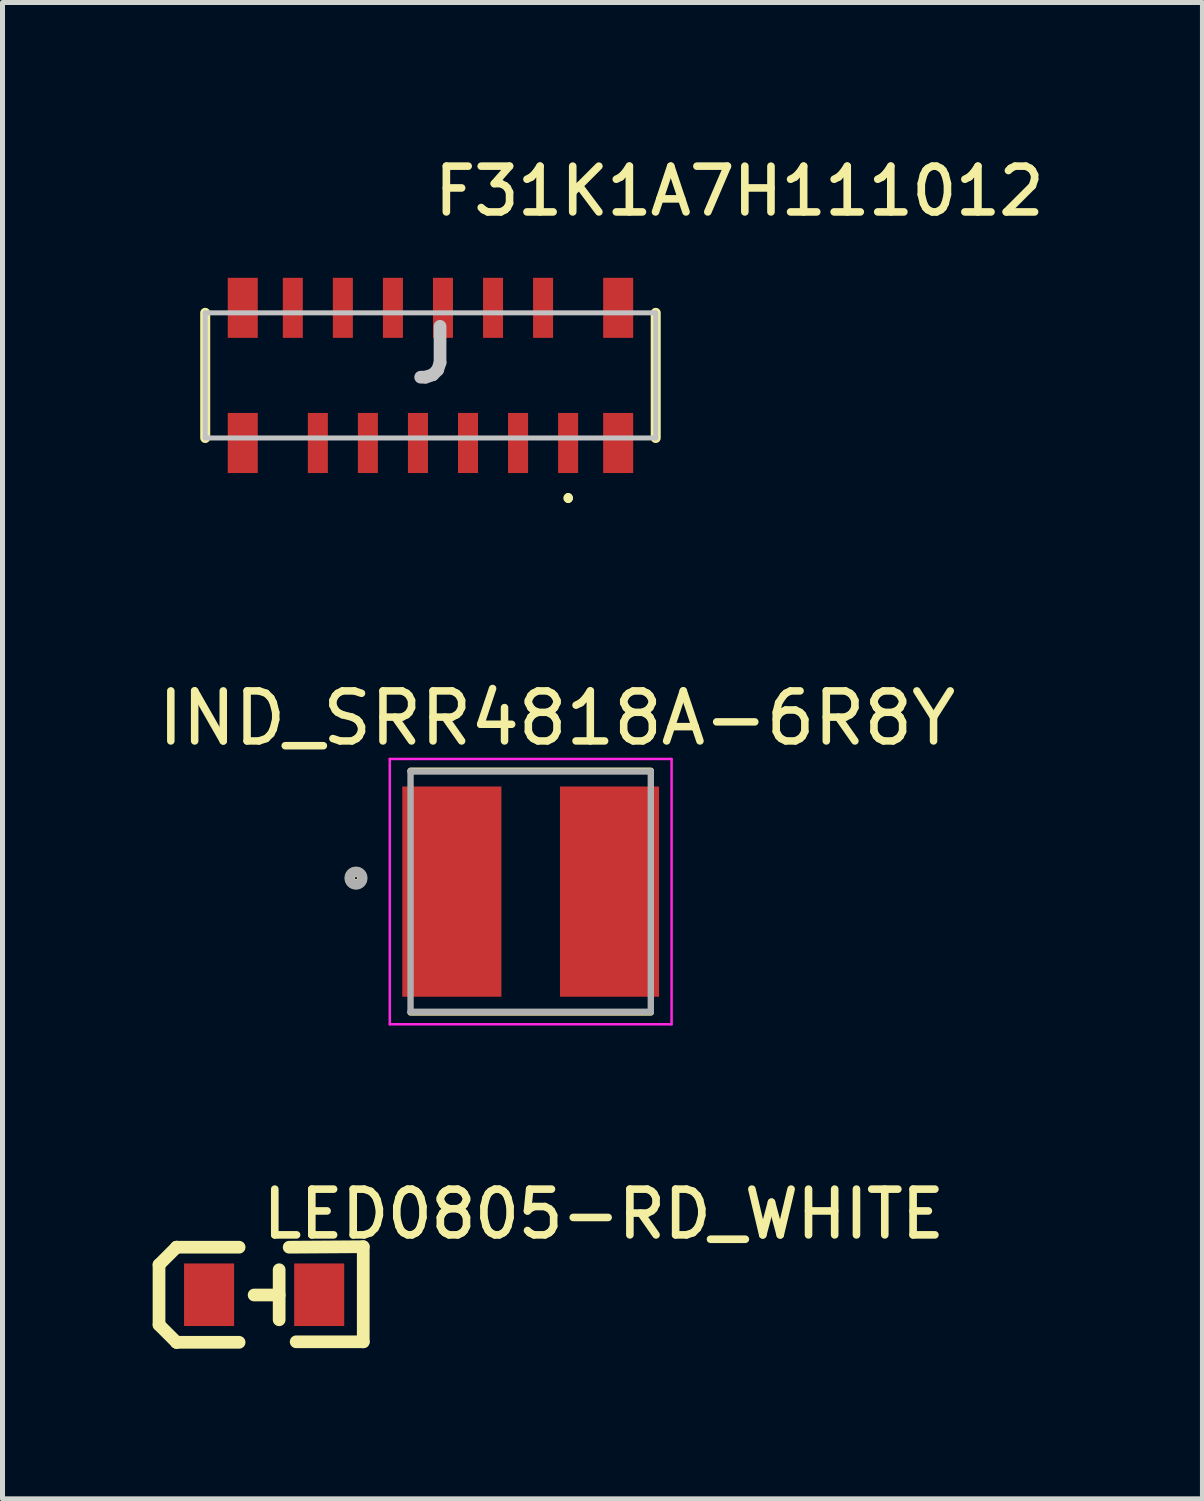
<source format=kicad_pcb>
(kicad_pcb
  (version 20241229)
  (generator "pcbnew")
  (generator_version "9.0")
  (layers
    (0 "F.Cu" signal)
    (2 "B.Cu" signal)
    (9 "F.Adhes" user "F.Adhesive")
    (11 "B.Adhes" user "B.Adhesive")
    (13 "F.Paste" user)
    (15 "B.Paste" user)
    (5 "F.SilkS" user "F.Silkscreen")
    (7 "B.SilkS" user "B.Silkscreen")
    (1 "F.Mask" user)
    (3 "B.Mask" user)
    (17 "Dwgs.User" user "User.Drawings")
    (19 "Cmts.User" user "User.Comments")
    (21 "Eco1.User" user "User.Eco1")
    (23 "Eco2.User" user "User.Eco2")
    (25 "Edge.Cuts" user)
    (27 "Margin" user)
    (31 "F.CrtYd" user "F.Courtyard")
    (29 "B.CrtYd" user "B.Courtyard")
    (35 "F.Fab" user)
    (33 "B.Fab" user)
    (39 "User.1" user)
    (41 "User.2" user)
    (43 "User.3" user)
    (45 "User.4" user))
  (footprint "LED0805-RD_WHITE"
    (layer "F.Cu")
    (at 2.227 22.817)
    (property "Reference" "LED0805-RD_WHITE" (at -0.105 -2.146 0) (layer "F.SilkS") (effects (font (size 0.914 0.914) (thickness 0.152)) (justify left top)))
    (fp_line (start -2.1 -0.6) (end -2.1 0.6) (stroke (width 0.254) (type default)) (layer "F.SilkS"))
    (fp_line (start -1.75 -0.95) (end -2.1 -0.6) (stroke (width 0.254) (type default)) (layer "F.SilkS"))
    (fp_line (start -1.75 -0.95) (end -1.75 -0.95) (stroke (width 0.254) (type default)) (layer "F.SilkS"))
    (fp_line (start -1.75 0.95) (end -2.1 0.6) (stroke (width 0.254) (type default)) (layer "F.SilkS"))
    (fp_line (start -1.75 0.95) (end -1.75 0.95) (stroke (width 0.254) (type default)) (layer "F.SilkS"))
    (fp_line (start -0.5 -0.95) (end -1.75 -0.95) (stroke (width 0.254) (type default)) (layer "F.SilkS"))
    (fp_line (start -0.5 0.95) (end -1.75 0.95) (stroke (width 0.254) (type default)) (layer "F.SilkS"))
    (fp_line (start 0.3 -0.5) (end 0.3 0.5) (stroke (width 0.254) (type default)) (layer "F.SilkS"))
    (fp_line (start 0.3 0.005) (end -0.2 0.005) (stroke (width 0.254) (type default)) (layer "F.SilkS"))
    (fp_line (start 0.5 -0.95) (end 1.98 -0.96) (stroke (width 0.254) (type default)) (layer "F.SilkS"))
    (fp_line (start 0.64 0.94) (end 1.98 0.94) (stroke (width 0.254) (type default)) (layer "F.SilkS"))
    (fp_line (start 1.98 -0.96) (end 1.98 0.94) (stroke (width 0.254) (type default)) (layer "F.SilkS"))
    (fp_circle (center -1 -0.625) (end -0.97 -0.625) (stroke (width 0.06) (type default)) (fill no) (layer "User.5"))
    (pad "1" smd rect (at -1.1 -0.0001 180) (size 1 1.25) (layers "F.Cu" "F.Mask" "F.Paste"))
    (pad "2" smd rect (at 1.1 -0.0001 180) (size 1 1.25) (layers "F.Cu" "F.Mask" "F.Paste"))
    (zone (net_name "") (layer "Dwgs.User") (hatch edge 0.5) (priority 100) (connect_pads yes) (min_thickness 0) (filled_areas_thickness no) (fill yes) (polygon (pts (xy 0.627 22.817) (xy 1.627 22.817) (xy 1.627 22.667) (xy 0.627 22.667))) (filled_polygon (layer "Dwgs.User") (island) (pts (xy 0.627 22.817) (xy 1.627 22.817) (xy 1.627 22.667) (xy 0.627 22.667))))
    (zone (net_name "") (layer "Dwgs.User") (hatch edge 0.5) (priority 100) (connect_pads yes) (min_thickness 0) (filled_areas_thickness no) (fill yes) (polygon (pts (xy 2.862 22.912) (xy 3.862 22.912) (xy 3.862 22.762) (xy 2.862 22.762))) (filled_polygon (layer "Dwgs.User") (island) (pts (xy 2.862 22.912) (xy 3.862 22.912) (xy 3.862 22.762) (xy 2.862 22.762))))
    (zone (net_name "") (layer "Dwgs.User") (hatch edge 0.5) (priority 100) (connect_pads yes) (min_thickness 0) (filled_areas_thickness no) (fill yes) (polygon (pts (xy 3.227 22.117) (xy 3.427 22.117) (xy 3.427 23.517) (xy 3.227 23.517))) (filled_polygon (layer "Dwgs.User") (island) (pts (xy 3.227 22.117) (xy 3.427 22.117) (xy 3.427 23.517) (xy 3.227 23.517))))
    (zone (net_name "") (layer "User.3") (hatch edge 0.5) (priority 100) (connect_pads yes) (min_thickness 0) (filled_areas_thickness no) (fill yes) (polygon (pts (xy 1.227 23.442) (xy 1.227 22.192) (xy 3.227 22.192) (xy 3.227 23.442))) (filled_polygon (layer "User.3") (island) (pts (xy 1.227 23.442) (xy 1.227 22.192) (xy 3.227 22.192) (xy 3.227 23.442))))
    (zone (net_name "") (layer "User.4") (hatch edge 0.5) (priority 100) (connect_pads yes) (min_thickness 0) (filled_areas_thickness no) (fill yes) (polygon (pts (xy 1.577 23.442) (xy 1.227 23.442) (xy 1.227 22.192) (xy 1.577 22.192))) (filled_polygon (layer "User.4") (island) (pts (xy 1.577 23.442) (xy 1.227 23.442) (xy 1.227 22.192) (xy 1.577 22.192))))
    (zone (net_name "") (layer "User.4") (hatch edge 0.5) (priority 100) (connect_pads yes) (min_thickness 0) (filled_areas_thickness no) (fill yes) (polygon (pts (xy 3.227 23.442) (xy 2.877 23.442) (xy 2.877 22.192) (xy 3.227 22.192))) (filled_polygon (layer "User.4") (island) (pts (xy 3.227 23.442) (xy 2.877 23.442) (xy 2.877 22.192) (xy 3.227 22.192)))))
  (footprint "F31K1A7H111012"
    (layer "F.Cu")
    (at 5.55 4.45)
    (property "Reference" "F31K1A7H111012" (at 0 -4.216 0) (layer "F.SilkS") (effects (font (size 0.914 0.914) (thickness 0.152)) (justify left top)))
    (fp_line (start -4.5 -1.25) (end -4.5 1.25) (stroke (width 0.2) (type default)) (layer "F.SilkS"))
    (fp_line (start 4.5 -1.25) (end 4.5 1.25) (stroke (width 0.2) (type default)) (layer "F.SilkS"))
    (fp_arc (start 2.7501 2.4) (mid 2.796629 2.449996) (end 2.7501 2.4999) (stroke (width 0.1001) (type default)) (layer "F.SilkS"))
    (fp_arc (start 2.7501 2.4) (mid 2.796629 2.449996) (end 2.7501 2.4999) (stroke (width 0.1001) (type default)) (layer "F.SilkS"))
    (fp_arc (start 2.7501 2.4999) (mid 2.703577 2.449997) (end 2.7501 2.4) (stroke (width 0.1001) (type default)) (layer "F.SilkS"))
    (fp_line (start -4.5 -1.25) (end -4.5 1.25) (stroke (width 0.1) (type default)) (layer "Dwgs.User"))
    (fp_line (start -4.5 1.25) (end 4.5 1.25) (stroke (width 0.1) (type default)) (layer "Dwgs.User"))
    (fp_line (start 4.5 -1.25) (end -4.5 -1.25) (stroke (width 0.1) (type default)) (layer "Dwgs.User"))
    (fp_line (start 4.5 1.25) (end 4.5 -1.25) (stroke (width 0.1) (type default)) (layer "Dwgs.User"))
    (fp_line (start -5.5 -2.95) (end 5.5 -2.95) (stroke (width 0.1) (type default)) (layer "Eco2.User"))
    (fp_line (start -5.5 2.95) (end -5.5 -2.95) (stroke (width 0.1) (type default)) (layer "Eco2.User"))
    (fp_line (start 5.5 -2.95) (end 5.5 2.95) (stroke (width 0.1) (type default)) (layer "Eco2.User"))
    (fp_line (start 5.5 2.95) (end -5.5 2.95) (stroke (width 0.1) (type default)) (layer "Eco2.User"))
    (fp_text user "J" (at -0.508 -1.016 0) (unlocked yes) (layer "Dwgs.User") (effects (font (size 1.016 1.016) (thickness 0.254)) (justify left top)))
    (pad "1" smd custom (at 2.75 1.35) (size 0.000001 0.000001) (layers "F.Cu" "F.Mask" "F.Paste") (options (anchor circle)) (primitives (gr_poly (pts (xy -0.2 -0.6) (xy 0.2 -0.6) (xy 0.2 0.6) (xy -0.2 0.6)) (width 0) (fill yes))))
    (pad "2" smd custom (at 2.25 -1.35) (size 0.000001 0.000001) (layers "F.Cu" "F.Mask" "F.Paste") (options (anchor circle)) (primitives (gr_poly (pts (xy -0.2 -0.6) (xy 0.2 -0.6) (xy 0.2 0.6) (xy -0.2 0.6)) (width 0) (fill yes))))
    (pad "3" smd custom (at 1.75 1.35) (size 0.000001 0.000001) (layers "F.Cu" "F.Mask" "F.Paste") (options (anchor circle)) (primitives (gr_poly (pts (xy -0.2 -0.6) (xy 0.2 -0.6) (xy 0.2 0.6) (xy -0.2 0.6)) (width 0) (fill yes))))
    (pad "4" smd custom (at 1.25 -1.35) (size 0.000001 0.000001) (layers "F.Cu" "F.Mask" "F.Paste") (options (anchor circle)) (primitives (gr_poly (pts (xy -0.2 -0.6) (xy 0.2 -0.6) (xy 0.2 0.6) (xy -0.2 0.6)) (width 0) (fill yes))))
    (pad "5" smd custom (at 0.75 1.35) (size 0.000001 0.000001) (layers "F.Cu" "F.Mask" "F.Paste") (options (anchor circle)) (primitives (gr_poly (pts (xy -0.2 -0.6) (xy 0.2 -0.6) (xy 0.2 0.6) (xy -0.2 0.6)) (width 0) (fill yes))))
    (pad "6" smd custom (at 0.25 -1.35) (size 0.000001 0.000001) (layers "F.Cu" "F.Mask" "F.Paste") (options (anchor circle)) (primitives (gr_poly (pts (xy -0.2 -0.6) (xy 0.2 -0.6) (xy 0.2 0.6) (xy -0.2 0.6)) (width 0) (fill yes))))
    (pad "7" smd custom (at -0.25 1.35) (size 0.000001 0.000001) (layers "F.Cu" "F.Mask" "F.Paste") (options (anchor circle)) (primitives (gr_poly (pts (xy -0.2 -0.6) (xy 0.2 -0.6) (xy 0.2 0.6) (xy -0.2 0.6)) (width 0) (fill yes))))
    (pad "8" smd custom (at -0.75 -1.35) (size 0.000001 0.000001) (layers "F.Cu" "F.Mask" "F.Paste") (options (anchor circle)) (primitives (gr_poly (pts (xy -0.2 -0.6) (xy 0.2 -0.6) (xy 0.2 0.6) (xy -0.2 0.6)) (width 0) (fill yes))))
    (pad "9" smd custom (at -1.25 1.35) (size 0.000001 0.000001) (layers "F.Cu" "F.Mask" "F.Paste") (options (anchor circle)) (primitives (gr_poly (pts (xy -0.2 -0.6) (xy 0.2 -0.6) (xy 0.2 0.6) (xy -0.2 0.6)) (width 0) (fill yes))))
    (pad "10" smd custom (at -1.75 -1.35) (size 0.000001 0.000001) (layers "F.Cu" "F.Mask" "F.Paste") (options (anchor circle)) (primitives (gr_poly (pts (xy -0.2 -0.6) (xy 0.2 -0.6) (xy 0.2 0.6) (xy -0.2 0.6)) (width 0) (fill yes))))
    (pad "11" smd custom (at -2.25 1.35) (size 0.000001 0.000001) (layers "F.Cu" "F.Mask" "F.Paste") (options (anchor circle)) (primitives (gr_poly (pts (xy -0.2 -0.6) (xy 0.2 -0.6) (xy 0.2 0.6) (xy -0.2 0.6)) (width 0) (fill yes))))
    (pad "12" smd custom (at -2.75 -1.35) (size 0.000001 0.000001) (layers "F.Cu" "F.Mask" "F.Paste") (options (anchor circle)) (primitives (gr_poly (pts (xy -0.2 -0.6) (xy 0.2 -0.6) (xy 0.2 0.6) (xy -0.2 0.6)) (width 0) (fill yes))))
    (pad "13" smd custom (at 3.75 1.35) (size 0.000001 0.000001) (layers "F.Cu" "F.Mask" "F.Paste") (options (anchor circle)) (primitives (gr_poly (pts (xy -0.3 -0.6) (xy 0.3 -0.6) (xy 0.3 0.6) (xy -0.3 0.6)) (width 0) (fill yes))))
    (pad "14" smd custom (at 3.75 -1.35) (size 0.000001 0.000001) (layers "F.Cu" "F.Mask" "F.Paste") (options (anchor circle)) (primitives (gr_poly (pts (xy -0.3 -0.6) (xy 0.3 -0.6) (xy 0.3 0.6) (xy -0.3 0.6)) (width 0) (fill yes))))
    (pad "15" smd custom (at -3.75 1.35) (size 0.000001 0.000001) (layers "F.Cu" "F.Mask" "F.Paste") (options (anchor circle)) (primitives (gr_poly (pts (xy -0.3 -0.6) (xy 0.3 -0.6) (xy 0.3 0.6) (xy -0.3 0.6)) (width 0) (fill yes))))
    (pad "16" smd custom (at -3.75 -1.35) (size 0.000001 0.000001) (layers "F.Cu" "F.Mask" "F.Paste") (options (anchor circle)) (primitives (gr_poly (pts (xy -0.3 -0.6) (xy 0.3 -0.6) (xy 0.3 0.6) (xy -0.3 0.6)) (width 0) (fill yes)))))
  (footprint "IND_SRR4818A-6R8Y"
    (layer "F.Cu")
    (at 7.552 14.763)
    (property "Reference" "IND_SRR4818A-6R8Y" (at 0.525 -3.465 0) (layer "F.SilkS") (effects (font (size 1 1) (thickness 0.15))))
    (attr smd)
    (fp_line (start -2.4 -2.415) (end 2.4 -2.415) (stroke (width 0.127) (type solid)) (layer "F.SilkS"))
    (fp_line (start -2.4 2.415) (end 2.4 2.415) (stroke (width 0.127) (type solid)) (layer "F.SilkS"))
    (fp_circle (center -3.49 -0.27) (end -3.368 -0.27) (stroke (width 0.2) (type solid)) (fill no) (layer "F.SilkS"))
    (fp_line (start -2.815 -2.65) (end 2.815 -2.65) (stroke (width 0.05) (type solid)) (layer "F.CrtYd"))
    (fp_line (start -2.815 2.65) (end -2.815 -2.65) (stroke (width 0.05) (type solid)) (layer "F.CrtYd"))
    (fp_line (start 2.815 -2.65) (end 2.815 2.65) (stroke (width 0.05) (type solid)) (layer "F.CrtYd"))
    (fp_line (start 2.815 2.65) (end -2.815 2.65) (stroke (width 0.05) (type solid)) (layer "F.CrtYd"))
    (fp_line (start -2.4 -2.4) (end 2.4 -2.4) (stroke (width 0.127) (type solid)) (layer "F.Fab"))
    (fp_line (start -2.4 2.4) (end -2.4 -2.4) (stroke (width 0.127) (type solid)) (layer "F.Fab"))
    (fp_line (start 2.4 -2.4) (end 2.4 2.4) (stroke (width 0.127) (type solid)) (layer "F.Fab"))
    (fp_line (start 2.4 2.4) (end -2.4 2.4) (stroke (width 0.127) (type solid)) (layer "F.Fab"))
    (fp_circle (center -3.49 -0.27) (end -3.36 -0.27) (stroke (width 0.2) (type solid)) (fill no) (layer "F.Fab"))
    (pad "1" smd rect (at -1.575 0) (size 1.98 4.2) (layers "F.Cu" "F.Mask" "F.Paste"))
    (pad "2" smd rect (at 1.575 0) (size 1.98 4.2) (layers "F.Cu" "F.Mask" "F.Paste")))
  (gr_rect
    (start -3 -3)
    (end 20.973 26.894)
    (stroke (width 0.1) (type default))
    (fill no)
    (layer "Edge.Cuts")))
</source>
